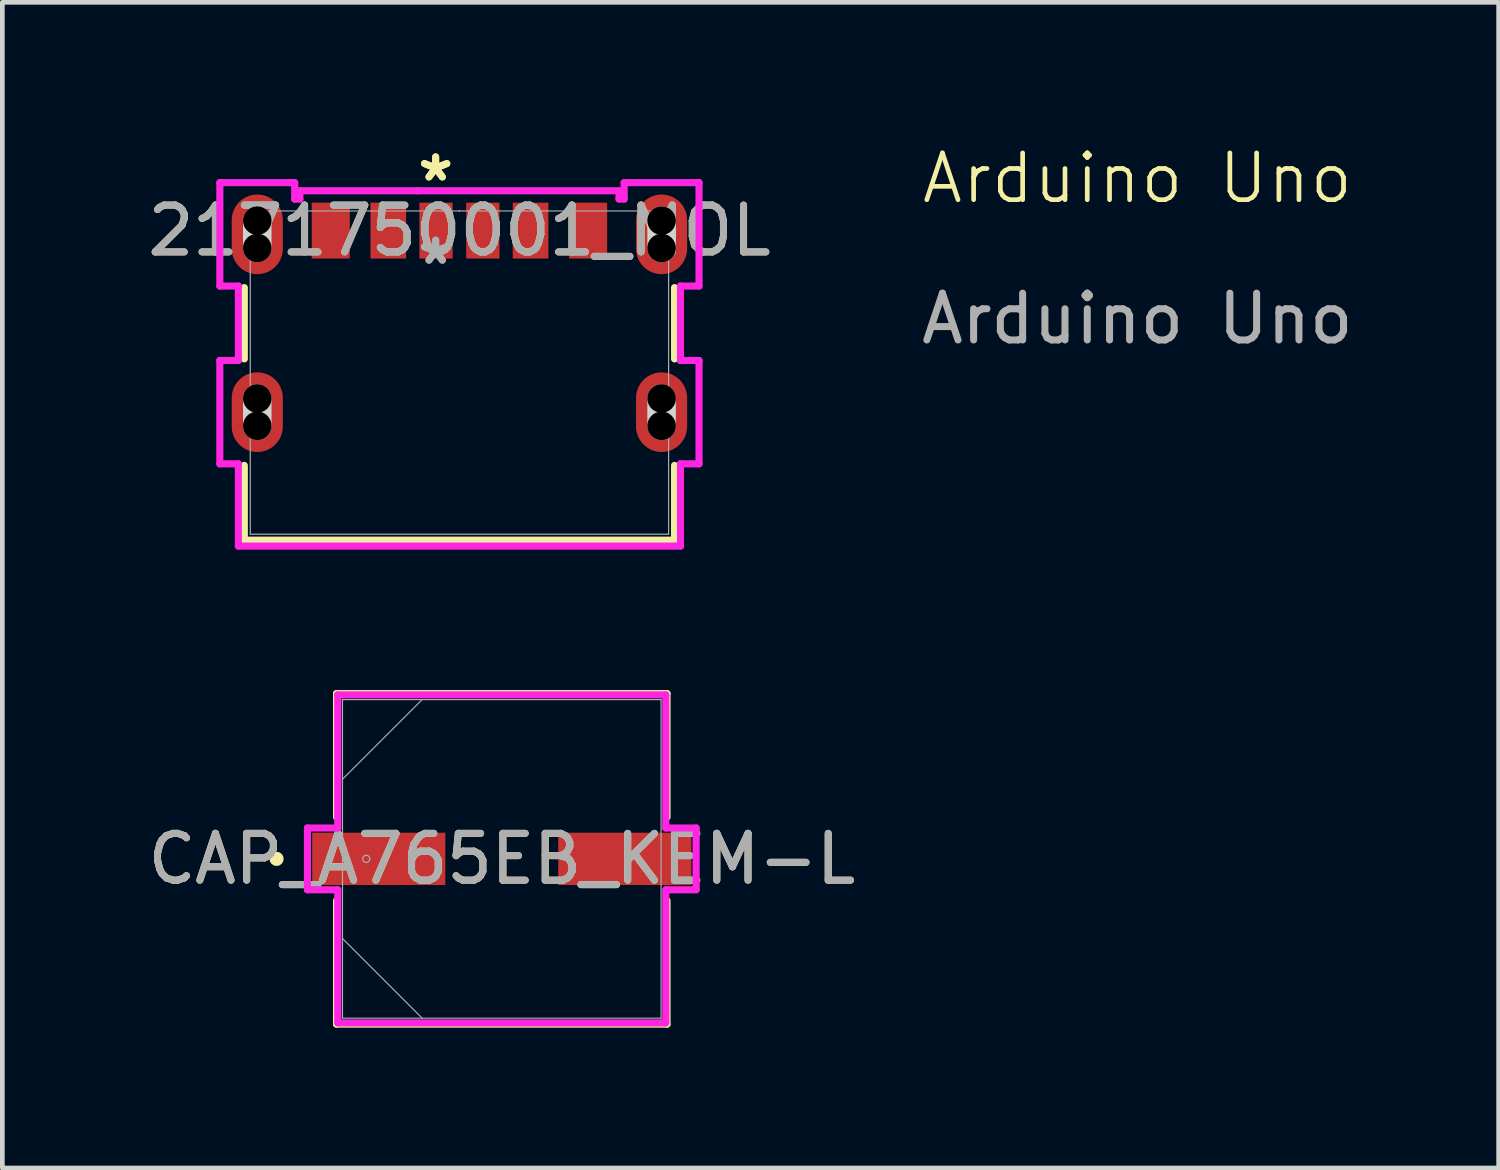
<source format=kicad_pcb>
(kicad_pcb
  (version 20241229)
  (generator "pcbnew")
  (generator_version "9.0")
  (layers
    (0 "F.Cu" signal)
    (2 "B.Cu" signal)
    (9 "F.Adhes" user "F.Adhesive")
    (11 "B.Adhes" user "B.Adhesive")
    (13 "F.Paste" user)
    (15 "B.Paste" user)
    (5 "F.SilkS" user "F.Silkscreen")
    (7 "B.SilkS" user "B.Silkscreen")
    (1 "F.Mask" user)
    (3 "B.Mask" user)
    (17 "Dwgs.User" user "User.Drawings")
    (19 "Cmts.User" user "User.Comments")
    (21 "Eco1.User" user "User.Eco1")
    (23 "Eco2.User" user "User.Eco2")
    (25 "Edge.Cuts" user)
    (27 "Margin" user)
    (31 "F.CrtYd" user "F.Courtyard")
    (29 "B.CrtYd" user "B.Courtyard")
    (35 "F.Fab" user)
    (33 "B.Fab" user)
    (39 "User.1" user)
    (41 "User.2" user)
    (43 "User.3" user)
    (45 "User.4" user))
  (footprint "Arduino Uno"
    (layer "F.Cu")
    (at 21.256 1.26)
    (property "Reference" "Arduino Uno" (at 0 -0.5 0) (unlocked yes) (layer "F.SilkS") (effects (font (size 1 1) (thickness 0.1))))
    (attr through_hole)
    (fp_text user "${REFERENCE}" (at 0 2.5 0) (unlocked yes) (layer "F.Fab") (effects (font (size 1 1) (thickness 0.15)))))
  (footprint "CAP_A765EB_KEM-L"
    (layer "F.Cu")
    (at 7.673 15.304)
    (property "Reference" "CAP_A765EB_KEM-L" (at 0 0 0) (unlocked yes) (layer "F.SilkS") (effects (font (size 1 1) (thickness 0.15))))
    (attr smd)
    (fp_line (start -3.531 -3.531) (end -3.531 -0.892) (stroke (width 0.152) (type solid)) (layer "F.SilkS"))
    (fp_line (start -3.531 0.892) (end -3.531 3.531) (stroke (width 0.152) (type solid)) (layer "F.SilkS"))
    (fp_line (start -3.531 3.531) (end 3.531 3.531) (stroke (width 0.152) (type solid)) (layer "F.SilkS"))
    (fp_line (start 3.531 -3.531) (end -3.531 -3.531) (stroke (width 0.152) (type solid)) (layer "F.SilkS"))
    (fp_line (start 3.531 -0.892) (end 3.531 -3.531) (stroke (width 0.152) (type solid)) (layer "F.SilkS"))
    (fp_line (start 3.531 3.531) (end 3.531 0.892) (stroke (width 0.152) (type solid)) (layer "F.SilkS"))
    (fp_circle (center -4.813 0) (end -4.737 0) (stroke (width 0.152) (type solid)) (fill no) (layer "F.SilkS"))
    (fp_line (start -4.153 -0.66) (end -3.505 -0.66) (stroke (width 0.152) (type solid)) (layer "F.CrtYd"))
    (fp_line (start -4.153 0.66) (end -4.153 -0.66) (stroke (width 0.152) (type solid)) (layer "F.CrtYd"))
    (fp_line (start -3.505 -3.505) (end 3.505 -3.505) (stroke (width 0.152) (type solid)) (layer "F.CrtYd"))
    (fp_line (start -3.505 -0.66) (end -3.505 -3.505) (stroke (width 0.152) (type solid)) (layer "F.CrtYd"))
    (fp_line (start -3.505 0.66) (end -4.153 0.66) (stroke (width 0.152) (type solid)) (layer "F.CrtYd"))
    (fp_line (start -3.505 3.505) (end -3.505 0.66) (stroke (width 0.152) (type solid)) (layer "F.CrtYd"))
    (fp_line (start 3.505 -3.505) (end 3.505 -0.66) (stroke (width 0.152) (type solid)) (layer "F.CrtYd"))
    (fp_line (start 3.505 -0.66) (end 4.153 -0.66) (stroke (width 0.152) (type solid)) (layer "F.CrtYd"))
    (fp_line (start 3.505 0.66) (end 3.505 3.505) (stroke (width 0.152) (type solid)) (layer "F.CrtYd"))
    (fp_line (start 3.505 3.505) (end -3.505 3.505) (stroke (width 0.152) (type solid)) (layer "F.CrtYd"))
    (fp_line (start 4.153 -0.66) (end 4.153 0.66) (stroke (width 0.152) (type solid)) (layer "F.CrtYd"))
    (fp_line (start 4.153 0.66) (end 3.505 0.66) (stroke (width 0.152) (type solid)) (layer "F.CrtYd"))
    (fp_line (start -3.404 -3.404) (end -3.404 3.404) (stroke (width 0.025) (type solid)) (layer "F.Fab"))
    (fp_line (start -3.404 -1.702) (end -1.702 -3.404) (stroke (width 0.025) (type solid)) (layer "F.Fab"))
    (fp_line (start -3.404 1.702) (end -1.702 3.404) (stroke (width 0.025) (type solid)) (layer "F.Fab"))
    (fp_line (start -3.404 3.404) (end 3.404 3.404) (stroke (width 0.025) (type solid)) (layer "F.Fab"))
    (fp_line (start 3.404 -3.404) (end -3.404 -3.404) (stroke (width 0.025) (type solid)) (layer "F.Fab"))
    (fp_line (start 3.404 3.404) (end 3.404 -3.404) (stroke (width 0.025) (type solid)) (layer "F.Fab"))
    (fp_circle (center -2.896 0) (end -2.819 0) (stroke (width 0.025) (type solid)) (fill no) (layer "F.Fab"))
    (fp_text user "${REFERENCE}" (at 0 0 0) (unlocked yes) (layer "F.Fab") (effects (font (size 1 1) (thickness 0.15))))
    (pad "1" smd rect (at -2.629 0) (size 2.845 1.118) (layers "F.Cu" "F.Mask" "F.Paste"))
    (pad "2" smd rect (at 2.629 0) (size 2.845 1.118) (layers "F.Cu" "F.Mask" "F.Paste"))
    (zone (net_name "") (layer "F.Cu") (hatch full 0.508) (connect_pads) (min_thickness 0.254) (filled_areas_thickness no) (keepout (tracks not_allowed) (vias not_allowed) (pads allowed) (copperpour not_allowed) (footprints allowed)) (placement (enabled no)) (fill) (polygon (pts (xy 4.32 11.951) (xy 11.025 11.951) (xy 11.025 14.694) (xy 4.32 14.694))))
    (zone (net_name "") (layer "F.Cu") (hatch full 0.508) (connect_pads) (min_thickness 0.254) (filled_areas_thickness no) (keepout (tracks not_allowed) (vias not_allowed) (pads allowed) (copperpour not_allowed) (footprints allowed)) (placement (enabled no)) (fill) (polygon (pts (xy 4.32 15.913) (xy 11.025 15.913) (xy 11.025 18.656) (xy 4.32 18.656))))
    (zone (net_name "") (layer "F.Cu") (hatch full 0.508) (connect_pads) (min_thickness 0.254) (filled_areas_thickness no) (keepout (tracks not_allowed) (vias not_allowed) (pads allowed) (copperpour not_allowed) (footprints allowed)) (placement (enabled no)) (fill) (polygon (pts (xy 6.517 14.694) (xy 8.828 14.694) (xy 8.828 15.913) (xy 6.517 15.913)))))
  (footprint "2171750001_MOL"
    (layer "F.Cu")
    (at 6.768 4.912)
    (property "Reference" "2171750001_MOL" (at 0 -3.034 0) (unlocked yes) (layer "F.SilkS") (effects (font (size 1 1) (thickness 0.15))))
    (attr smd)
    (fp_line (start -4.597 -1.816) (end -4.597 -0.293) (stroke (width 0.152) (type solid)) (layer "F.SilkS"))
    (fp_line (start -4.597 1.984) (end -4.597 3.581) (stroke (width 0.152) (type solid)) (layer "F.SilkS"))
    (fp_line (start -4.597 3.581) (end 4.597 3.581) (stroke (width 0.152) (type solid)) (layer "F.SilkS"))
    (fp_line (start 4.597 -0.293) (end 4.597 -1.816) (stroke (width 0.152) (type solid)) (layer "F.SilkS"))
    (fp_line (start 4.597 3.581) (end 4.597 1.984) (stroke (width 0.152) (type solid)) (layer "F.SilkS"))
    (fp_line (start -4.32 -2.662) (end -4.32 -3.247) (stroke (width 0.61) (type solid)) (layer "Edge.Cuts"))
    (fp_line (start -4.32 1.138) (end -4.32 0.553) (stroke (width 0.61) (type solid)) (layer "Edge.Cuts"))
    (fp_line (start 4.32 -2.662) (end 4.32 -3.247) (stroke (width 0.61) (type solid)) (layer "Edge.Cuts"))
    (fp_line (start 4.32 1.138) (end 4.32 0.553) (stroke (width 0.61) (type solid)) (layer "Edge.Cuts"))
    (fp_line (start -5.12 -4.059) (end -5.12 -1.849) (stroke (width 0.152) (type solid)) (layer "F.CrtYd"))
    (fp_line (start -5.12 -1.849) (end -4.724 -1.849) (stroke (width 0.152) (type solid)) (layer "F.CrtYd"))
    (fp_line (start -5.12 -0.259) (end -5.12 1.95) (stroke (width 0.152) (type solid)) (layer "F.CrtYd"))
    (fp_line (start -5.12 1.95) (end -4.724 1.95) (stroke (width 0.152) (type solid)) (layer "F.CrtYd"))
    (fp_line (start -4.724 -1.849) (end -4.724 -0.259) (stroke (width 0.152) (type solid)) (layer "F.CrtYd"))
    (fp_line (start -4.724 -0.259) (end -5.12 -0.259) (stroke (width 0.152) (type solid)) (layer "F.CrtYd"))
    (fp_line (start -4.724 1.95) (end -4.724 3.708) (stroke (width 0.152) (type solid)) (layer "F.CrtYd"))
    (fp_line (start -4.724 3.708) (end 4.724 3.708) (stroke (width 0.152) (type solid)) (layer "F.CrtYd"))
    (fp_line (start -3.52 -4.059) (end -5.12 -4.059) (stroke (width 0.152) (type solid)) (layer "F.CrtYd"))
    (fp_line (start -3.52 -3.708) (end -3.52 -4.059) (stroke (width 0.152) (type solid)) (layer "F.CrtYd"))
    (fp_line (start -3.41 -3.885) (end -3.41 -3.708) (stroke (width 0.152) (type solid)) (layer "F.CrtYd"))
    (fp_line (start -3.41 -3.708) (end -3.52 -3.708) (stroke (width 0.152) (type solid)) (layer "F.CrtYd"))
    (fp_line (start -0.885 -3.885) (end -0.885 -3.885) (stroke (width 0.152) (type solid)) (layer "F.CrtYd"))
    (fp_line (start -0.885 -3.885) (end -3.41 -3.885) (stroke (width 0.152) (type solid)) (layer "F.CrtYd"))
    (fp_line (start 3.41 -3.885) (end -0.885 -3.885) (stroke (width 0.152) (type solid)) (layer "F.CrtYd"))
    (fp_line (start 3.41 -3.708) (end 3.41 -3.885) (stroke (width 0.152) (type solid)) (layer "F.CrtYd"))
    (fp_line (start 3.52 -4.059) (end 3.52 -3.708) (stroke (width 0.152) (type solid)) (layer "F.CrtYd"))
    (fp_line (start 3.52 -3.708) (end 3.41 -3.708) (stroke (width 0.152) (type solid)) (layer "F.CrtYd"))
    (fp_line (start 4.724 -1.849) (end 5.12 -1.849) (stroke (width 0.152) (type solid)) (layer "F.CrtYd"))
    (fp_line (start 4.724 -0.259) (end 4.724 -1.849) (stroke (width 0.152) (type solid)) (layer "F.CrtYd"))
    (fp_line (start 4.724 1.95) (end 5.12 1.95) (stroke (width 0.152) (type solid)) (layer "F.CrtYd"))
    (fp_line (start 4.724 3.708) (end 4.724 1.95) (stroke (width 0.152) (type solid)) (layer "F.CrtYd"))
    (fp_line (start 5.12 -4.059) (end 3.52 -4.059) (stroke (width 0.152) (type solid)) (layer "F.CrtYd"))
    (fp_line (start 5.12 -1.849) (end 5.12 -4.059) (stroke (width 0.152) (type solid)) (layer "F.CrtYd"))
    (fp_line (start 5.12 -0.259) (end 4.724 -0.259) (stroke (width 0.152) (type solid)) (layer "F.CrtYd"))
    (fp_line (start 5.12 1.95) (end 5.12 -0.259) (stroke (width 0.152) (type solid)) (layer "F.CrtYd"))
    (fp_line (start -4.47 -3.454) (end -4.47 3.454) (stroke (width 0.025) (type solid)) (layer "F.Fab"))
    (fp_line (start -4.47 3.454) (end 4.47 3.454) (stroke (width 0.025) (type solid)) (layer "F.Fab"))
    (fp_line (start 0 -3.454) (end 0 -3.454) (stroke (width 0.025) (type solid)) (layer "F.Fab"))
    (fp_line (start 0 -3.454) (end 0 -3.454) (stroke (width 0.025) (type solid)) (layer "F.Fab"))
    (fp_line (start 0 -3.454) (end 0 -3.454) (stroke (width 0.025) (type solid)) (layer "F.Fab"))
    (fp_line (start 0 -3.454) (end 0 -3.454) (stroke (width 0.025) (type solid)) (layer "F.Fab"))
    (fp_line (start 4.47 -3.454) (end -4.47 -3.454) (stroke (width 0.025) (type solid)) (layer "F.Fab"))
    (fp_line (start 4.47 3.454) (end 4.47 -3.454) (stroke (width 0.025) (type solid)) (layer "F.Fab"))
    (fp_text user "*" (at -0.508 -4.064 0) (unlocked yes) (layer "F.SilkS") (effects (font (size 1 1) (thickness 0.15))))
    (fp_text user "*" (at -0.508 -4.064 0) (layer "F.SilkS") (effects (font (size 1 1) (thickness 0.15))))
    (fp_text user "*" (at -0.508 -2.286 0) (unlocked yes) (layer "F.Fab") (effects (font (size 1 1) (thickness 0.15))))
    (fp_text user "${REFERENCE}" (at 0 -3.034 0) (unlocked yes) (layer "F.Fab") (effects (font (size 1 1) (thickness 0.15))))
    (fp_text user "*" (at -0.508 -2.286 0) (layer "F.Fab") (effects (font (size 1 1) (thickness 0.15))))
    (pad "" np_thru_hole circle (at -4.32 -3.247) (size 0.61 0.61) (drill 0.61) (layers))
    (pad "" np_thru_hole circle (at -4.32 -2.662) (size 0.61 0.61) (drill 0.61) (layers))
    (pad "" np_thru_hole circle (at -4.32 0.553) (size 0.61 0.61) (drill 0.61) (layers))
    (pad "" np_thru_hole circle (at -4.32 1.138) (size 0.61 0.61) (drill 0.61) (layers))
    (pad "" np_thru_hole circle (at 4.32 -3.247) (size 0.61 0.61) (drill 0.61) (layers))
    (pad "" np_thru_hole circle (at 4.32 -2.662) (size 0.61 0.61) (drill 0.61) (layers))
    (pad "" np_thru_hole circle (at 4.32 0.553) (size 0.61 0.61) (drill 0.61) (layers))
    (pad "" np_thru_hole circle (at 4.32 1.138) (size 0.61 0.61) (drill 0.61) (layers))
    (pad "7" smd oval (at -4.32 -2.954) (size 1.092 1.702) (layers "F.Cu" "F.Mask" "F.Paste"))
    (pad "8" smd oval (at 4.32 -2.954) (size 1.092 1.702) (layers "F.Cu" "F.Mask" "F.Paste"))
    (pad "9" smd oval (at -4.32 0.846) (size 1.092 1.702) (layers "F.Cu" "F.Mask" "F.Paste"))
    (pad "10" smd oval (at 4.32 0.846) (size 1.092 1.702) (layers "F.Cu" "F.Mask" "F.Paste"))
    (pad "A5" smd rect (at -0.5 -3.034) (size 0.711 1.194) (layers "F.Cu" "F.Mask" "F.Paste"))
    (pad "A9" smd rect (at 1.52 -3.034) (size 0.762 1.194) (layers "F.Cu" "F.Mask" "F.Paste"))
    (pad "A12" smd rect (at 2.75 -3.034) (size 0.813 1.194) (layers "F.Cu" "F.Mask" "F.Paste"))
    (pad "B5" smd rect (at 0.5 -3.034) (size 0.711 1.194) (layers "F.Cu" "F.Mask" "F.Paste"))
    (pad "B9" smd rect (at -1.52 -3.034) (size 0.762 1.194) (layers "F.Cu" "F.Mask" "F.Paste"))
    (pad "B12" smd rect (at -2.75 -3.034) (size 0.813 1.194) (layers "F.Cu" "F.Mask" "F.Paste")))
  (gr_rect
    (start -3 -3)
    (end 28.976 21.91)
    (stroke (width 0.1) (type default))
    (fill no)
    (layer "Edge.Cuts")))
</source>
